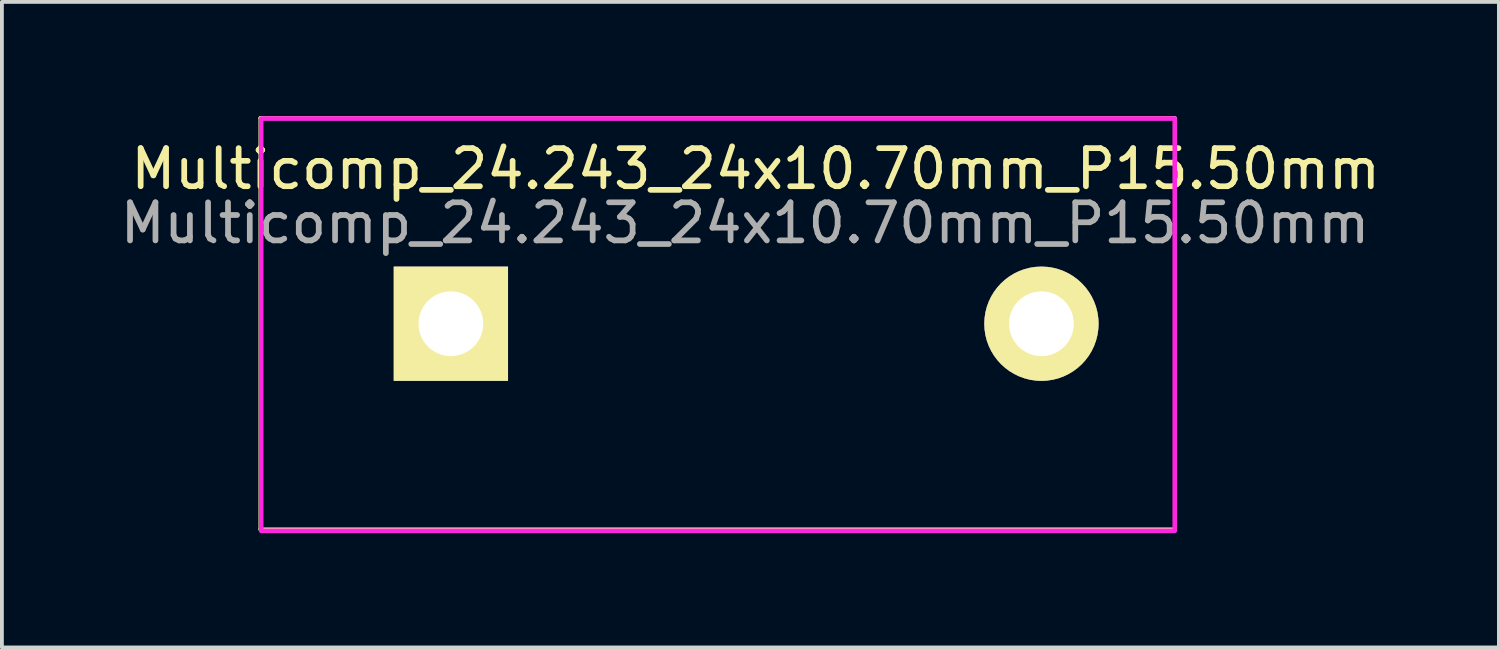
<source format=kicad_pcb>
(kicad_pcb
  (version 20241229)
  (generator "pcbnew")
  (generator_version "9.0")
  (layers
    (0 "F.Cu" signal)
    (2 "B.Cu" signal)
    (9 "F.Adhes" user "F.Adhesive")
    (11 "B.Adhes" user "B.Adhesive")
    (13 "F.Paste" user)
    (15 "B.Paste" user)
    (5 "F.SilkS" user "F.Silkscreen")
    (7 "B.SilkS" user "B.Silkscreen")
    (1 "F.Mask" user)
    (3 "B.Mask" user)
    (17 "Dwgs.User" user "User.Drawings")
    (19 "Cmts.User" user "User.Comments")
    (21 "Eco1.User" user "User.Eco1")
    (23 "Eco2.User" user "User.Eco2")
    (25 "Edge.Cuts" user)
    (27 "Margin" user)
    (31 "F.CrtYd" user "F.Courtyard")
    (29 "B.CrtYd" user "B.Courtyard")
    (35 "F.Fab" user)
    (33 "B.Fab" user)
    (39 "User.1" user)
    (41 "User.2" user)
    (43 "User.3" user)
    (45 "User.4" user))
  (footprint "Multicomp_24.243_24x10.70mm_P15.50mm"
    (layer "F.Cu")
    (at 8.784 5.447)
    (property "Reference" "Multicomp_24.243_24x10.70mm_P15.50mm" (at 8.001 -4.064 0) (layer "F.SilkS") (effects (font (size 1 1) (thickness 0.15))))
    (attr through_hole)
    (fp_line (start -5 -5.397) (end -5 5.397) (stroke (width 0.1) (type solid)) (layer "F.SilkS"))
    (fp_line (start -5 -5.397) (end 19 -5.397) (stroke (width 0.1) (type solid)) (layer "F.SilkS"))
    (fp_line (start -5 5.397) (end 19 5.397) (stroke (width 0.1) (type solid)) (layer "F.SilkS"))
    (fp_line (start 19.003 -5.397) (end 19.003 5.397) (stroke (width 0.1) (type solid)) (layer "F.SilkS"))
    (fp_rect (start -4.978 -5.385) (end 18.999 5.436) (stroke (width 0.12) (type solid)) (fill no) (layer "F.CrtYd"))
    (fp_text user "${REFERENCE}" (at 7.722 -2.642 0) (layer "F.Fab") (effects (font (size 1 1) (thickness 0.15))))
    (pad "1" thru_hole rect (at 0 0) (size 3 3) (drill 1.699) (layers "*.Cu" "*.Mask" "F.SilkS"))
    (pad "2" thru_hole circle (at 15.5 0) (size 3 3) (drill 1.699) (layers "*.Cu" "*.Mask" "F.SilkS")))
  (gr_rect
    (start -3 -3)
    (end 36.291 13.943)
    (stroke (width 0.1) (type default))
    (fill no)
    (layer "Edge.Cuts")))
</source>
